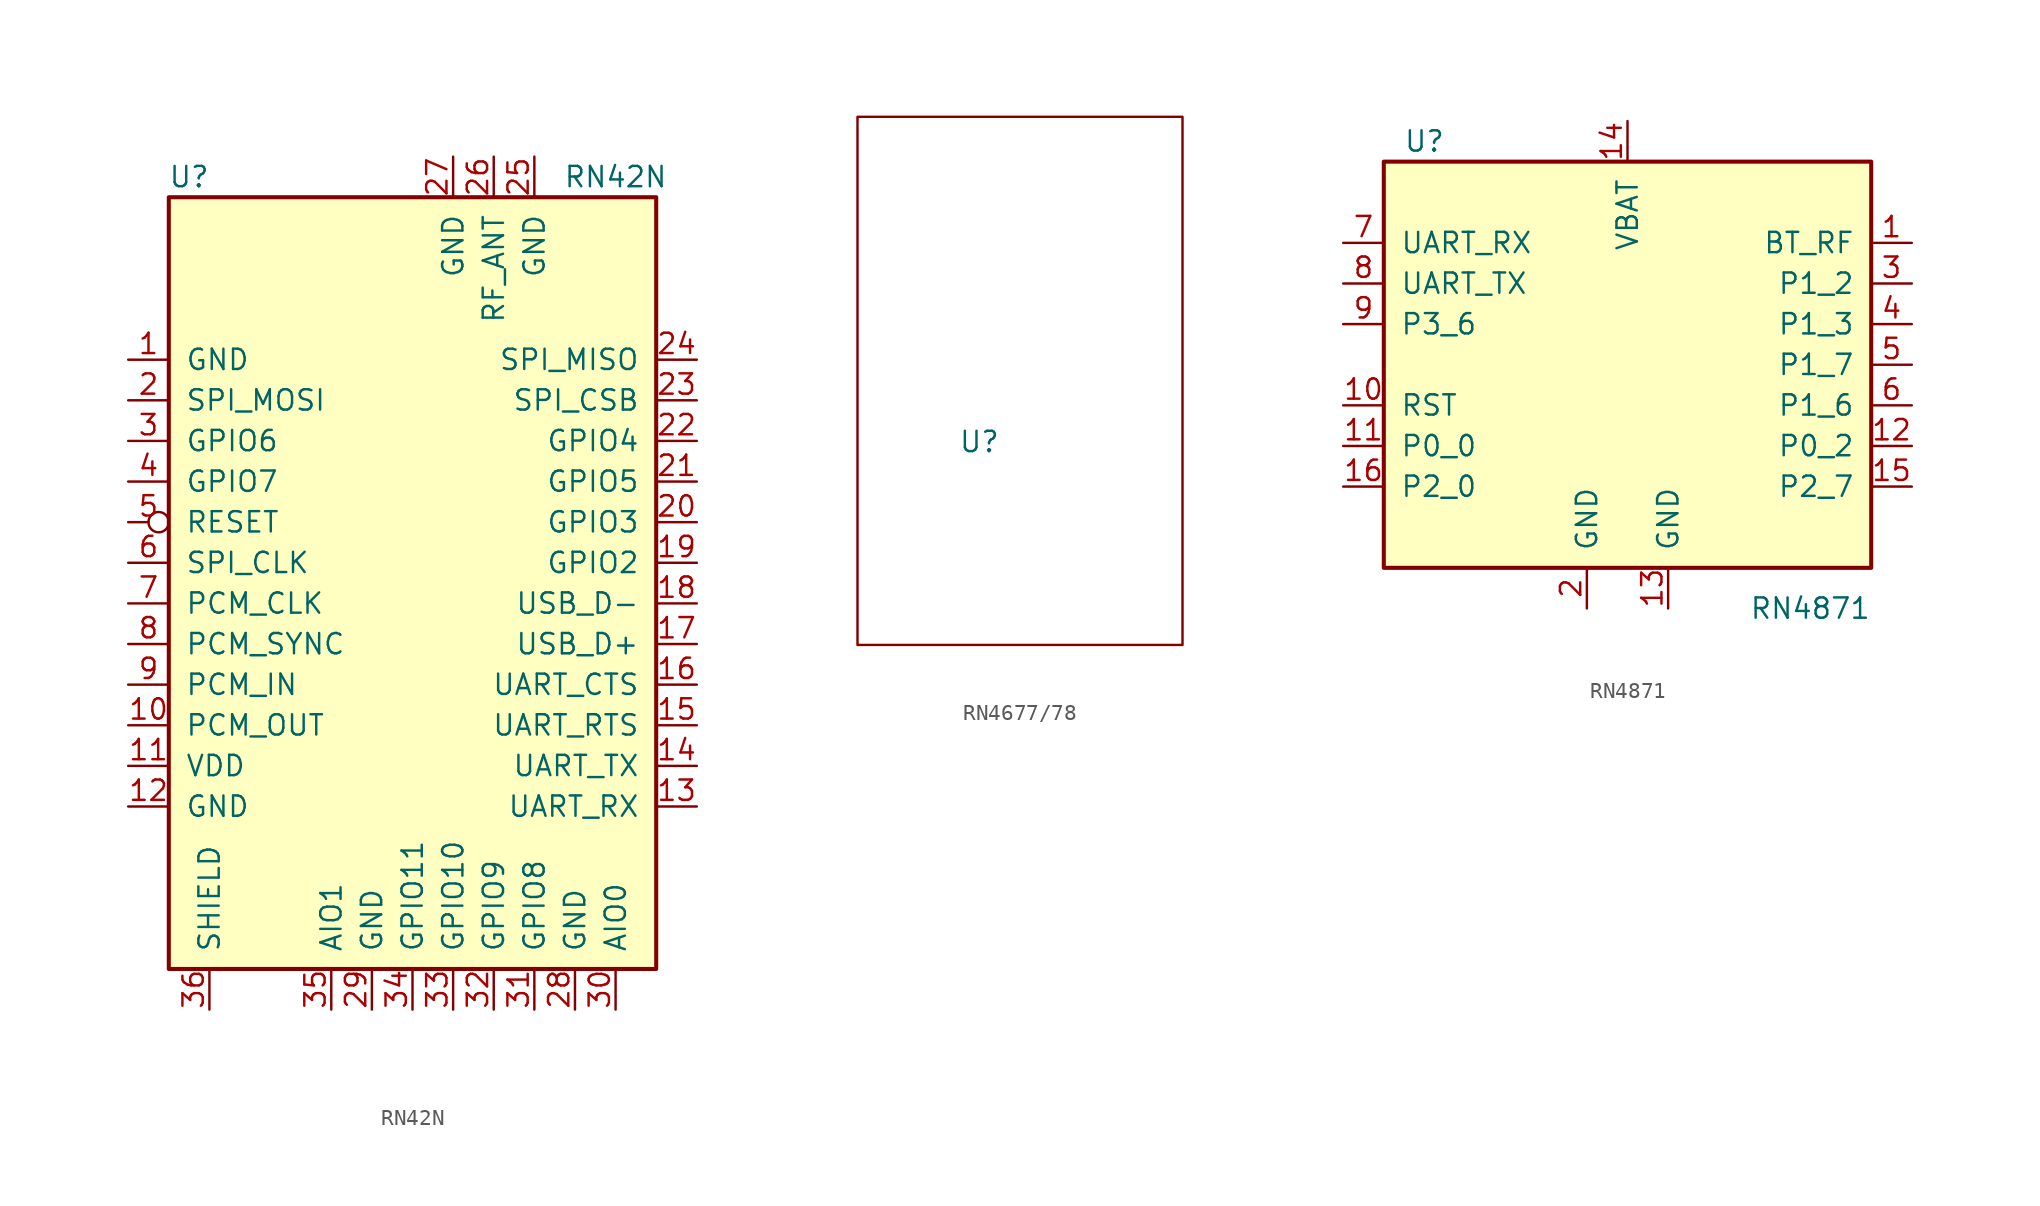
<source format=kicad_sym>
(kicad_symbol_lib
  (version 20220914)
  (generator kicad_symbol_editor)
  (symbol "RN42N"
    (pin_names
      (offset 1.016))
    (property "Reference" "U"
      (at -13.97 26.67 0)
      (effects (font (size 1.27 1.27))))
    (property "Value" "RN42N"
      (at 12.7 26.67 0)
      (effects (font (size 1.27 1.27))))
    (symbol "RN42N_0_1"
      (rectangle (start -15.24 25.4) (end 15.24 -22.86) (stroke (width 0.254) (type default)) (fill (type background))))
    (symbol "RN42N_1_1"
      (pin power_in line (at -17.78 15.24 0) (length 2.54) (name "GND" (effects (font (size 1.27 1.27)))) (number "1" (effects (font (size 1.27 1.27)))))
      (pin output line (at -17.78 -7.62 0) (length 2.54) (name "PCM_OUT" (effects (font (size 1.27 1.27)))) (number "10" (effects (font (size 1.27 1.27)))))
      (pin power_in line (at -17.78 -10.16 0) (length 2.54) (name "VDD" (effects (font (size 1.27 1.27)))) (number "11" (effects (font (size 1.27 1.27)))))
      (pin power_in line (at -17.78 -12.7 0) (length 2.54) (name "GND" (effects (font (size 1.27 1.27)))) (number "12" (effects (font (size 1.27 1.27)))))
      (pin input line (at 17.78 -12.7 180) (length 2.54) (name "UART_RX" (effects (font (size 1.27 1.27)))) (number "13" (effects (font (size 1.27 1.27)))))
      (pin output line (at 17.78 -10.16 180) (length 2.54) (name "UART_TX" (effects (font (size 1.27 1.27)))) (number "14" (effects (font (size 1.27 1.27)))))
      (pin output line (at 17.78 -7.62 180) (length 2.54) (name "UART_RTS" (effects (font (size 1.27 1.27)))) (number "15" (effects (font (size 1.27 1.27)))))
      (pin input line (at 17.78 -5.08 180) (length 2.54) (name "UART_CTS" (effects (font (size 1.27 1.27)))) (number "16" (effects (font (size 1.27 1.27)))))
      (pin bidirectional line (at 17.78 -2.54 180) (length 2.54) (name "USB_D+" (effects (font (size 1.27 1.27)))) (number "17" (effects (font (size 1.27 1.27)))))
      (pin bidirectional line (at 17.78 0 180) (length 2.54) (name "USB_D-" (effects (font (size 1.27 1.27)))) (number "18" (effects (font (size 1.27 1.27)))))
      (pin bidirectional line (at 17.78 2.54 180) (length 2.54) (name "GPIO2" (effects (font (size 1.27 1.27)))) (number "19" (effects (font (size 1.27 1.27)))))
      (pin input line (at -17.78 12.7 0) (length 2.54) (name "SPI_MOSI" (effects (font (size 1.27 1.27)))) (number "2" (effects (font (size 1.27 1.27)))))
      (pin input line (at 17.78 5.08 180) (length 2.54) (name "GPIO3" (effects (font (size 1.27 1.27)))) (number "20" (effects (font (size 1.27 1.27)))))
      (pin bidirectional line (at 17.78 7.62 180) (length 2.54) (name "GPIO5" (effects (font (size 1.27 1.27)))) (number "21" (effects (font (size 1.27 1.27)))))
      (pin bidirectional line (at 17.78 10.16 180) (length 2.54) (name "GPIO4" (effects (font (size 1.27 1.27)))) (number "22" (effects (font (size 1.27 1.27)))))
      (pin input line (at 17.78 12.7 180) (length 2.54) (name "SPI_CSB" (effects (font (size 1.27 1.27)))) (number "23" (effects (font (size 1.27 1.27)))))
      (pin output line (at 17.78 15.24 180) (length 2.54) (name "SPI_MISO" (effects (font (size 1.27 1.27)))) (number "24" (effects (font (size 1.27 1.27)))))
      (pin power_in line (at 7.62 27.94 270) (length 2.54) (name "GND" (effects (font (size 1.27 1.27)))) (number "25" (effects (font (size 1.27 1.27)))))
      (pin bidirectional line (at 5.08 27.94 270) (length 2.54) (name "RF_ANT" (effects (font (size 1.27 1.27)))) (number "26" (effects (font (size 1.27 1.27)))))
      (pin power_in line (at 2.54 27.94 270) (length 2.54) (name "GND" (effects (font (size 1.27 1.27)))) (number "27" (effects (font (size 1.27 1.27)))))
      (pin power_in line (at 10.16 -25.4 90) (length 2.54) (name "GND" (effects (font (size 1.27 1.27)))) (number "28" (effects (font (size 1.27 1.27)))))
      (pin power_in line (at -2.54 -25.4 90) (length 2.54) (name "GND" (effects (font (size 1.27 1.27)))) (number "29" (effects (font (size 1.27 1.27)))))
      (pin input line (at -17.78 10.16 0) (length 2.54) (name "GPIO6" (effects (font (size 1.27 1.27)))) (number "3" (effects (font (size 1.27 1.27)))))
      (pin input line (at 12.7 -25.4 90) (length 2.54) (name "AIO0" (effects (font (size 1.27 1.27)))) (number "30" (effects (font (size 1.27 1.27)))))
      (pin output line (at 7.62 -25.4 90) (length 2.54) (name "GPIO8" (effects (font (size 1.27 1.27)))) (number "31" (effects (font (size 1.27 1.27)))))
      (pin bidirectional line (at 5.08 -25.4 90) (length 2.54) (name "GPIO9" (effects (font (size 1.27 1.27)))) (number "32" (effects (font (size 1.27 1.27)))))
      (pin bidirectional line (at 2.54 -25.4 90) (length 2.54) (name "GPIO10" (effects (font (size 1.27 1.27)))) (number "33" (effects (font (size 1.27 1.27)))))
      (pin bidirectional line (at 0 -25.4 90) (length 2.54) (name "GPIO11" (effects (font (size 1.27 1.27)))) (number "34" (effects (font (size 1.27 1.27)))))
      (pin input line (at -5.08 -25.4 90) (length 2.54) (name "AIO1" (effects (font (size 1.27 1.27)))) (number "35" (effects (font (size 1.27 1.27)))))
      (pin input line (at -12.7 -25.4 90) (length 2.54) (name "SHIELD" (effects (font (size 1.27 1.27)))) (number "36" (effects (font (size 1.27 1.27)))))
      (pin bidirectional line (at -17.78 7.62 0) (length 2.54) (name "GPIO7" (effects (font (size 1.27 1.27)))) (number "4" (effects (font (size 1.27 1.27)))))
      (pin input inverted (at -17.78 5.08 0) (length 2.54) (name "RESET" (effects (font (size 1.27 1.27)))) (number "5" (effects (font (size 1.27 1.27)))))
      (pin input line (at -17.78 2.54 0) (length 2.54) (name "SPI_CLK" (effects (font (size 1.27 1.27)))) (number "6" (effects (font (size 1.27 1.27)))))
      (pin bidirectional line (at -17.78 0 0) (length 2.54) (name "PCM_CLK" (effects (font (size 1.27 1.27)))) (number "7" (effects (font (size 1.27 1.27)))))
      (pin bidirectional line (at -17.78 -2.54 0) (length 2.54) (name "PCM_SYNC" (effects (font (size 1.27 1.27)))) (number "8" (effects (font (size 1.27 1.27)))))
      (pin input line (at -17.78 -5.08 0) (length 2.54) (name "PCM_IN" (effects (font (size 1.27 1.27)))) (number "9" (effects (font (size 1.27 1.27)))))))
  (symbol "RN4677/78"
    (property "Reference" "U"
      (at 0 0 0)
      (effects (font (size 1.27 1.27))))
    (property "Value" ""
      (at 0 0 0)
      (effects (font (size 1.27 1.27))))
    (symbol "RN4677/78_0_1"
      (rectangle (start -7.62 20.32) (end 12.7 -12.7) (stroke (width 0) (type default)) (fill (type none)))))
  (symbol "RN4871"
    (pin_names
      (offset 1.016))
    (property "Reference" "U"
      (at -12.7 13.97 0)
      (effects (font (size 1.27 1.27))))
    (property "Value" "RN4871"
      (at 11.43 -15.24 0)
      (effects (font (size 1.27 1.27))))
    (symbol "RN4871_0_1"
      (rectangle (start -15.24 12.7) (end 15.24 -12.7) (stroke (width 0.254) (type default)) (fill (type background))))
    (symbol "RN4871_1_1"
      (pin output line (at 17.78 7.62 180) (length 2.54) (name "BT_RF" (effects (font (size 1.27 1.27)))) (number "1" (effects (font (size 1.27 1.27)))))
      (pin input line (at -17.78 -2.54 0) (length 2.54) (name "RST" (effects (font (size 1.27 1.27)))) (number "10" (effects (font (size 1.27 1.27)))))
      (pin bidirectional line (at -17.78 -5.08 0) (length 2.54) (name "P0_0" (effects (font (size 1.27 1.27)))) (number "11" (effects (font (size 1.27 1.27)))))
      (pin bidirectional line (at 17.78 -5.08 180) (length 2.54) (name "P0_2" (effects (font (size 1.27 1.27)))) (number "12" (effects (font (size 1.27 1.27)))))
      (pin power_in line (at 2.54 -15.24 90) (length 2.54) (name "GND" (effects (font (size 1.27 1.27)))) (number "13" (effects (font (size 1.27 1.27)))))
      (pin power_in line (at 0 15.24 270) (length 2.54) (name "VBAT" (effects (font (size 1.27 1.27)))) (number "14" (effects (font (size 1.27 1.27)))))
      (pin bidirectional line (at 17.78 -7.62 180) (length 2.54) (name "P2_7" (effects (font (size 1.27 1.27)))) (number "15" (effects (font (size 1.27 1.27)))))
      (pin input line (at -17.78 -7.62 0) (length 2.54) (name "P2_0" (effects (font (size 1.27 1.27)))) (number "16" (effects (font (size 1.27 1.27)))))
      (pin power_in line (at -2.54 -15.24 90) (length 2.54) (name "GND" (effects (font (size 1.27 1.27)))) (number "2" (effects (font (size 1.27 1.27)))))
      (pin bidirectional line (at 17.78 5.08 180) (length 2.54) (name "P1_2" (effects (font (size 1.27 1.27)))) (number "3" (effects (font (size 1.27 1.27)))))
      (pin bidirectional line (at 17.78 2.54 180) (length 2.54) (name "P1_3" (effects (font (size 1.27 1.27)))) (number "4" (effects (font (size 1.27 1.27)))))
      (pin bidirectional line (at 17.78 0 180) (length 2.54) (name "P1_7" (effects (font (size 1.27 1.27)))) (number "5" (effects (font (size 1.27 1.27)))))
      (pin bidirectional line (at 17.78 -2.54 180) (length 2.54) (name "P1_6" (effects (font (size 1.27 1.27)))) (number "6" (effects (font (size 1.27 1.27)))))
      (pin input line (at -17.78 7.62 0) (length 2.54) (name "UART_RX" (effects (font (size 1.27 1.27)))) (number "7" (effects (font (size 1.27 1.27)))))
      (pin output line (at -17.78 5.08 0) (length 2.54) (name "UART_TX" (effects (font (size 1.27 1.27)))) (number "8" (effects (font (size 1.27 1.27)))))
      (pin bidirectional line (at -17.78 2.54 0) (length 2.54) (name "P3_6" (effects (font (size 1.27 1.27)))) (number "9" (effects (font (size 1.27 1.27))))))))
</source>
